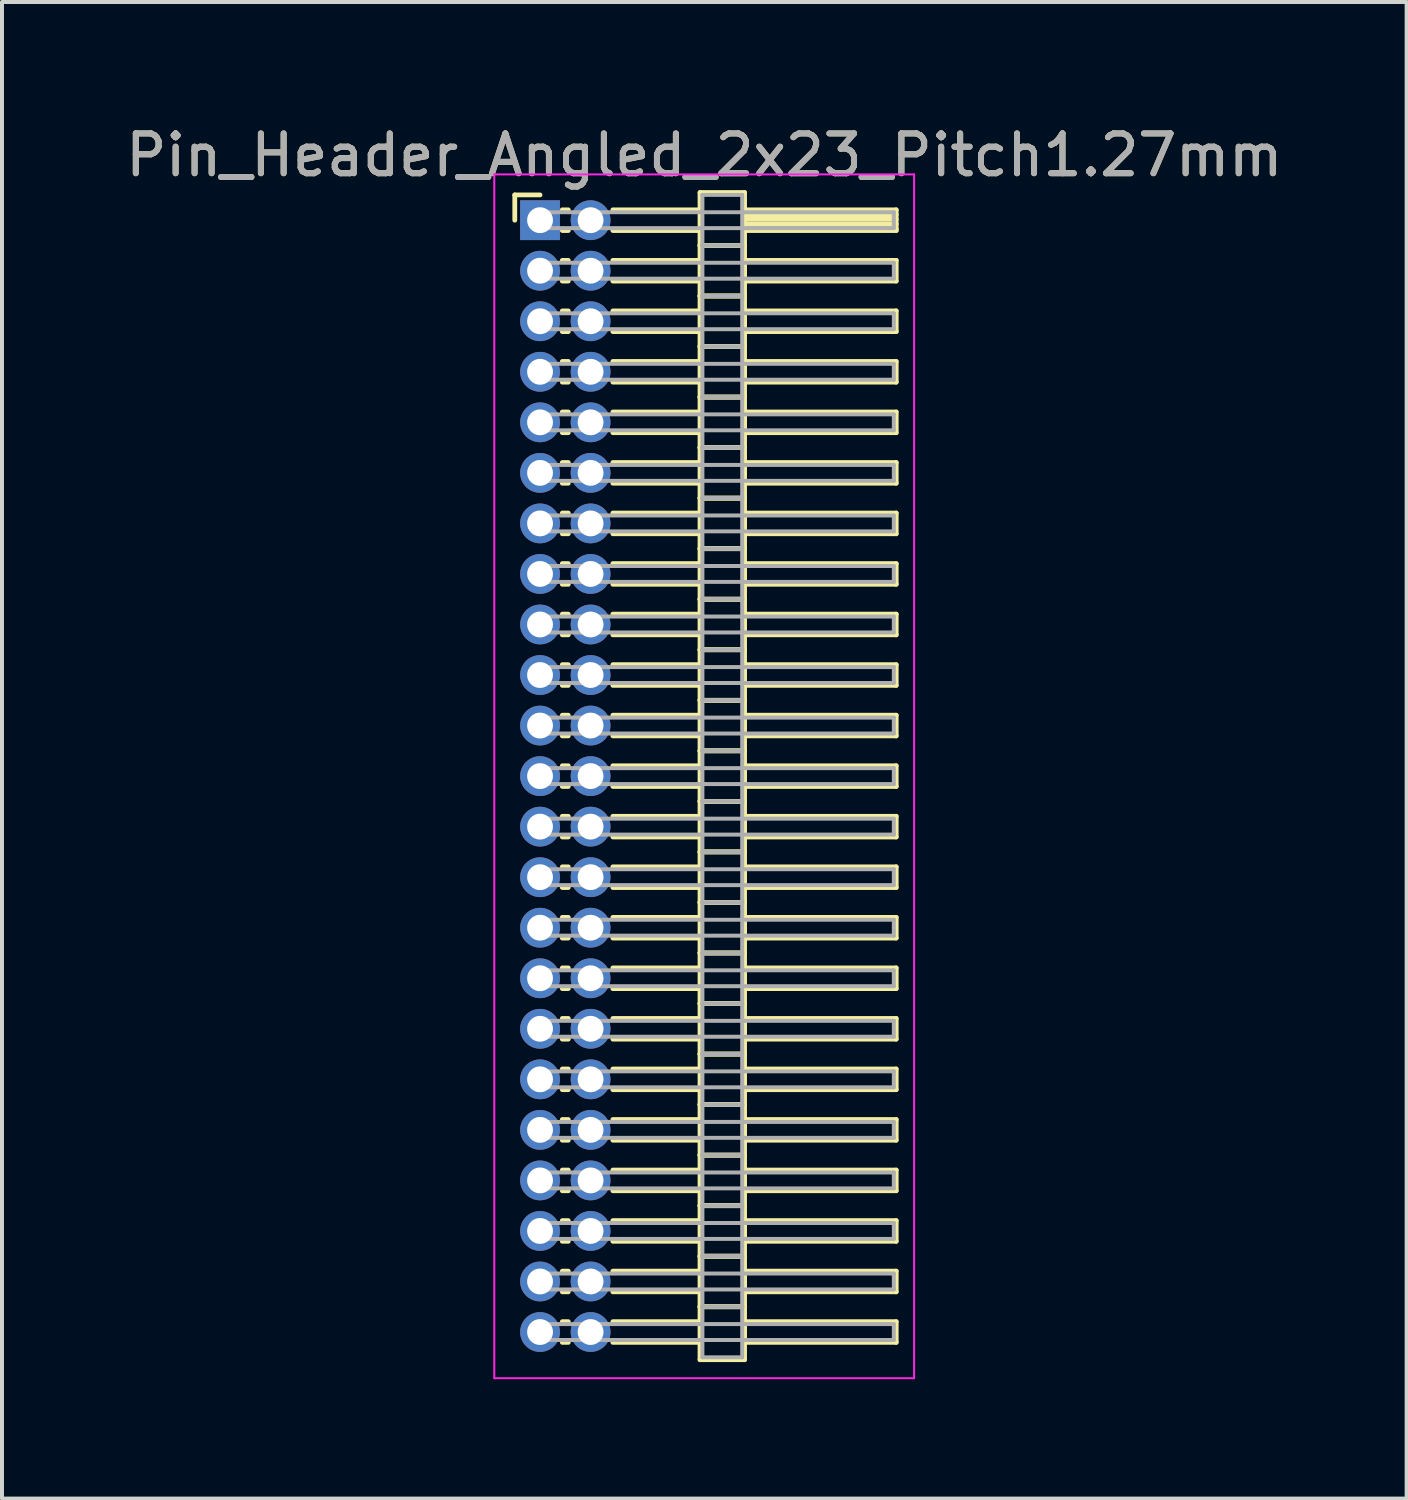
<source format=kicad_pcb>
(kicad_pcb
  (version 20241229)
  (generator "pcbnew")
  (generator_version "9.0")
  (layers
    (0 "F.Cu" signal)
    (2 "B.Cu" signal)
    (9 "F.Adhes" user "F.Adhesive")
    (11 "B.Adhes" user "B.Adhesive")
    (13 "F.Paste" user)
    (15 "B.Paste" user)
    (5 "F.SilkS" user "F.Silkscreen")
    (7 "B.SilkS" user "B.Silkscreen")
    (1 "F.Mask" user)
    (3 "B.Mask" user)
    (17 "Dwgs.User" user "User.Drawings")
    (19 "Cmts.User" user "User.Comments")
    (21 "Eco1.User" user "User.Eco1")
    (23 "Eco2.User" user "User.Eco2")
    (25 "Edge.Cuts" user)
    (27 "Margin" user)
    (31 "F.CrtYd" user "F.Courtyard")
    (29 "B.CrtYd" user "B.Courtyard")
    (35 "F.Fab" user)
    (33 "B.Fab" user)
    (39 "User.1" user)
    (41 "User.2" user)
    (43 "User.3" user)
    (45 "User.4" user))
  (footprint "Pin_Header_Angled_2x23_Pitch1.27mm"
    (layer "F.Cu")
    (at 10.521 2.483)
    (property "Reference" "Pin_Header_Angled_2x23_Pitch1.27mm" (at 4.128 -1.635 0) (layer "F.SilkS") (effects (font (size 1 1) (thickness 0.15))))
    (attr through_hole)
    (fp_line (start -0.635 -0.635) (end 0 -0.635) (stroke (width 0.12) (type solid)) (layer "F.SilkS"))
    (fp_line (start -0.635 0) (end -0.635 -0.635) (stroke (width 0.12) (type solid)) (layer "F.SilkS"))
    (fp_line (start 0.56 -0.26) (end 0.71 -0.26) (stroke (width 0.12) (type solid)) (layer "F.SilkS"))
    (fp_line (start 0.56 0.26) (end 0.71 0.26) (stroke (width 0.12) (type solid)) (layer "F.SilkS"))
    (fp_line (start 0.56 1.01) (end 0.71 1.01) (stroke (width 0.12) (type solid)) (layer "F.SilkS"))
    (fp_line (start 0.56 1.53) (end 0.71 1.53) (stroke (width 0.12) (type solid)) (layer "F.SilkS"))
    (fp_line (start 0.56 2.28) (end 0.71 2.28) (stroke (width 0.12) (type solid)) (layer "F.SilkS"))
    (fp_line (start 0.56 2.8) (end 0.71 2.8) (stroke (width 0.12) (type solid)) (layer "F.SilkS"))
    (fp_line (start 0.56 3.55) (end 0.71 3.55) (stroke (width 0.12) (type solid)) (layer "F.SilkS"))
    (fp_line (start 0.56 4.07) (end 0.71 4.07) (stroke (width 0.12) (type solid)) (layer "F.SilkS"))
    (fp_line (start 0.56 4.82) (end 0.71 4.82) (stroke (width 0.12) (type solid)) (layer "F.SilkS"))
    (fp_line (start 0.56 5.34) (end 0.71 5.34) (stroke (width 0.12) (type solid)) (layer "F.SilkS"))
    (fp_line (start 0.56 6.09) (end 0.71 6.09) (stroke (width 0.12) (type solid)) (layer "F.SilkS"))
    (fp_line (start 0.56 6.61) (end 0.71 6.61) (stroke (width 0.12) (type solid)) (layer "F.SilkS"))
    (fp_line (start 0.56 7.36) (end 0.71 7.36) (stroke (width 0.12) (type solid)) (layer "F.SilkS"))
    (fp_line (start 0.56 7.88) (end 0.71 7.88) (stroke (width 0.12) (type solid)) (layer "F.SilkS"))
    (fp_line (start 0.56 8.63) (end 0.71 8.63) (stroke (width 0.12) (type solid)) (layer "F.SilkS"))
    (fp_line (start 0.56 9.15) (end 0.71 9.15) (stroke (width 0.12) (type solid)) (layer "F.SilkS"))
    (fp_line (start 0.56 9.9) (end 0.71 9.9) (stroke (width 0.12) (type solid)) (layer "F.SilkS"))
    (fp_line (start 0.56 10.42) (end 0.71 10.42) (stroke (width 0.12) (type solid)) (layer "F.SilkS"))
    (fp_line (start 0.56 11.17) (end 0.71 11.17) (stroke (width 0.12) (type solid)) (layer "F.SilkS"))
    (fp_line (start 0.56 11.69) (end 0.71 11.69) (stroke (width 0.12) (type solid)) (layer "F.SilkS"))
    (fp_line (start 0.56 12.44) (end 0.71 12.44) (stroke (width 0.12) (type solid)) (layer "F.SilkS"))
    (fp_line (start 0.56 12.96) (end 0.71 12.96) (stroke (width 0.12) (type solid)) (layer "F.SilkS"))
    (fp_line (start 0.56 13.71) (end 0.71 13.71) (stroke (width 0.12) (type solid)) (layer "F.SilkS"))
    (fp_line (start 0.56 14.23) (end 0.71 14.23) (stroke (width 0.12) (type solid)) (layer "F.SilkS"))
    (fp_line (start 0.56 14.98) (end 0.71 14.98) (stroke (width 0.12) (type solid)) (layer "F.SilkS"))
    (fp_line (start 0.56 15.5) (end 0.71 15.5) (stroke (width 0.12) (type solid)) (layer "F.SilkS"))
    (fp_line (start 0.56 16.25) (end 0.71 16.25) (stroke (width 0.12) (type solid)) (layer "F.SilkS"))
    (fp_line (start 0.56 16.77) (end 0.71 16.77) (stroke (width 0.12) (type solid)) (layer "F.SilkS"))
    (fp_line (start 0.56 17.52) (end 0.71 17.52) (stroke (width 0.12) (type solid)) (layer "F.SilkS"))
    (fp_line (start 0.56 18.04) (end 0.71 18.04) (stroke (width 0.12) (type solid)) (layer "F.SilkS"))
    (fp_line (start 0.56 18.79) (end 0.71 18.79) (stroke (width 0.12) (type solid)) (layer "F.SilkS"))
    (fp_line (start 0.56 19.31) (end 0.71 19.31) (stroke (width 0.12) (type solid)) (layer "F.SilkS"))
    (fp_line (start 0.56 20.06) (end 0.71 20.06) (stroke (width 0.12) (type solid)) (layer "F.SilkS"))
    (fp_line (start 0.56 20.58) (end 0.71 20.58) (stroke (width 0.12) (type solid)) (layer "F.SilkS"))
    (fp_line (start 0.56 21.33) (end 0.71 21.33) (stroke (width 0.12) (type solid)) (layer "F.SilkS"))
    (fp_line (start 0.56 21.85) (end 0.71 21.85) (stroke (width 0.12) (type solid)) (layer "F.SilkS"))
    (fp_line (start 0.56 22.6) (end 0.71 22.6) (stroke (width 0.12) (type solid)) (layer "F.SilkS"))
    (fp_line (start 0.56 23.12) (end 0.71 23.12) (stroke (width 0.12) (type solid)) (layer "F.SilkS"))
    (fp_line (start 0.56 23.87) (end 0.71 23.87) (stroke (width 0.12) (type solid)) (layer "F.SilkS"))
    (fp_line (start 0.56 24.39) (end 0.71 24.39) (stroke (width 0.12) (type solid)) (layer "F.SilkS"))
    (fp_line (start 0.56 25.14) (end 0.71 25.14) (stroke (width 0.12) (type solid)) (layer "F.SilkS"))
    (fp_line (start 0.56 25.66) (end 0.71 25.66) (stroke (width 0.12) (type solid)) (layer "F.SilkS"))
    (fp_line (start 0.56 26.41) (end 0.71 26.41) (stroke (width 0.12) (type solid)) (layer "F.SilkS"))
    (fp_line (start 0.56 26.93) (end 0.71 26.93) (stroke (width 0.12) (type solid)) (layer "F.SilkS"))
    (fp_line (start 0.56 27.68) (end 0.71 27.68) (stroke (width 0.12) (type solid)) (layer "F.SilkS"))
    (fp_line (start 0.56 28.2) (end 0.71 28.2) (stroke (width 0.12) (type solid)) (layer "F.SilkS"))
    (fp_line (start 1.83 -0.26) (end 4.02 -0.26) (stroke (width 0.12) (type solid)) (layer "F.SilkS"))
    (fp_line (start 1.83 0.26) (end 4.02 0.26) (stroke (width 0.12) (type solid)) (layer "F.SilkS"))
    (fp_line (start 1.83 1.01) (end 4.02 1.01) (stroke (width 0.12) (type solid)) (layer "F.SilkS"))
    (fp_line (start 1.83 1.53) (end 4.02 1.53) (stroke (width 0.12) (type solid)) (layer "F.SilkS"))
    (fp_line (start 1.83 2.28) (end 4.02 2.28) (stroke (width 0.12) (type solid)) (layer "F.SilkS"))
    (fp_line (start 1.83 2.8) (end 4.02 2.8) (stroke (width 0.12) (type solid)) (layer "F.SilkS"))
    (fp_line (start 1.83 3.55) (end 4.02 3.55) (stroke (width 0.12) (type solid)) (layer "F.SilkS"))
    (fp_line (start 1.83 4.07) (end 4.02 4.07) (stroke (width 0.12) (type solid)) (layer "F.SilkS"))
    (fp_line (start 1.83 4.82) (end 4.02 4.82) (stroke (width 0.12) (type solid)) (layer "F.SilkS"))
    (fp_line (start 1.83 5.34) (end 4.02 5.34) (stroke (width 0.12) (type solid)) (layer "F.SilkS"))
    (fp_line (start 1.83 6.09) (end 4.02 6.09) (stroke (width 0.12) (type solid)) (layer "F.SilkS"))
    (fp_line (start 1.83 6.61) (end 4.02 6.61) (stroke (width 0.12) (type solid)) (layer "F.SilkS"))
    (fp_line (start 1.83 7.36) (end 4.02 7.36) (stroke (width 0.12) (type solid)) (layer "F.SilkS"))
    (fp_line (start 1.83 7.88) (end 4.02 7.88) (stroke (width 0.12) (type solid)) (layer "F.SilkS"))
    (fp_line (start 1.83 8.63) (end 4.02 8.63) (stroke (width 0.12) (type solid)) (layer "F.SilkS"))
    (fp_line (start 1.83 9.15) (end 4.02 9.15) (stroke (width 0.12) (type solid)) (layer "F.SilkS"))
    (fp_line (start 1.83 9.9) (end 4.02 9.9) (stroke (width 0.12) (type solid)) (layer "F.SilkS"))
    (fp_line (start 1.83 10.42) (end 4.02 10.42) (stroke (width 0.12) (type solid)) (layer "F.SilkS"))
    (fp_line (start 1.83 11.17) (end 4.02 11.17) (stroke (width 0.12) (type solid)) (layer "F.SilkS"))
    (fp_line (start 1.83 11.69) (end 4.02 11.69) (stroke (width 0.12) (type solid)) (layer "F.SilkS"))
    (fp_line (start 1.83 12.44) (end 4.02 12.44) (stroke (width 0.12) (type solid)) (layer "F.SilkS"))
    (fp_line (start 1.83 12.96) (end 4.02 12.96) (stroke (width 0.12) (type solid)) (layer "F.SilkS"))
    (fp_line (start 1.83 13.71) (end 4.02 13.71) (stroke (width 0.12) (type solid)) (layer "F.SilkS"))
    (fp_line (start 1.83 14.23) (end 4.02 14.23) (stroke (width 0.12) (type solid)) (layer "F.SilkS"))
    (fp_line (start 1.83 14.98) (end 4.02 14.98) (stroke (width 0.12) (type solid)) (layer "F.SilkS"))
    (fp_line (start 1.83 15.5) (end 4.02 15.5) (stroke (width 0.12) (type solid)) (layer "F.SilkS"))
    (fp_line (start 1.83 16.25) (end 4.02 16.25) (stroke (width 0.12) (type solid)) (layer "F.SilkS"))
    (fp_line (start 1.83 16.77) (end 4.02 16.77) (stroke (width 0.12) (type solid)) (layer "F.SilkS"))
    (fp_line (start 1.83 17.52) (end 4.02 17.52) (stroke (width 0.12) (type solid)) (layer "F.SilkS"))
    (fp_line (start 1.83 18.04) (end 4.02 18.04) (stroke (width 0.12) (type solid)) (layer "F.SilkS"))
    (fp_line (start 1.83 18.79) (end 4.02 18.79) (stroke (width 0.12) (type solid)) (layer "F.SilkS"))
    (fp_line (start 1.83 19.31) (end 4.02 19.31) (stroke (width 0.12) (type solid)) (layer "F.SilkS"))
    (fp_line (start 1.83 20.06) (end 4.02 20.06) (stroke (width 0.12) (type solid)) (layer "F.SilkS"))
    (fp_line (start 1.83 20.58) (end 4.02 20.58) (stroke (width 0.12) (type solid)) (layer "F.SilkS"))
    (fp_line (start 1.83 21.33) (end 4.02 21.33) (stroke (width 0.12) (type solid)) (layer "F.SilkS"))
    (fp_line (start 1.83 21.85) (end 4.02 21.85) (stroke (width 0.12) (type solid)) (layer "F.SilkS"))
    (fp_line (start 1.83 22.6) (end 4.02 22.6) (stroke (width 0.12) (type solid)) (layer "F.SilkS"))
    (fp_line (start 1.83 23.12) (end 4.02 23.12) (stroke (width 0.12) (type solid)) (layer "F.SilkS"))
    (fp_line (start 1.83 23.87) (end 4.02 23.87) (stroke (width 0.12) (type solid)) (layer "F.SilkS"))
    (fp_line (start 1.83 24.39) (end 4.02 24.39) (stroke (width 0.12) (type solid)) (layer "F.SilkS"))
    (fp_line (start 1.83 25.14) (end 4.02 25.14) (stroke (width 0.12) (type solid)) (layer "F.SilkS"))
    (fp_line (start 1.83 25.66) (end 4.02 25.66) (stroke (width 0.12) (type solid)) (layer "F.SilkS"))
    (fp_line (start 1.83 26.41) (end 4.02 26.41) (stroke (width 0.12) (type solid)) (layer "F.SilkS"))
    (fp_line (start 1.83 26.93) (end 4.02 26.93) (stroke (width 0.12) (type solid)) (layer "F.SilkS"))
    (fp_line (start 1.83 27.68) (end 4.02 27.68) (stroke (width 0.12) (type solid)) (layer "F.SilkS"))
    (fp_line (start 1.83 28.2) (end 4.02 28.2) (stroke (width 0.12) (type solid)) (layer "F.SilkS"))
    (fp_line (start 4.02 -0.695) (end 4.02 0.635) (stroke (width 0.12) (type solid)) (layer "F.SilkS"))
    (fp_line (start 4.02 0.635) (end 4.02 1.905) (stroke (width 0.12) (type solid)) (layer "F.SilkS"))
    (fp_line (start 4.02 0.635) (end 5.14 0.635) (stroke (width 0.12) (type solid)) (layer "F.SilkS"))
    (fp_line (start 4.02 1.905) (end 4.02 3.175) (stroke (width 0.12) (type solid)) (layer "F.SilkS"))
    (fp_line (start 4.02 1.905) (end 5.14 1.905) (stroke (width 0.12) (type solid)) (layer "F.SilkS"))
    (fp_line (start 4.02 3.175) (end 4.02 4.445) (stroke (width 0.12) (type solid)) (layer "F.SilkS"))
    (fp_line (start 4.02 3.175) (end 5.14 3.175) (stroke (width 0.12) (type solid)) (layer "F.SilkS"))
    (fp_line (start 4.02 4.445) (end 4.02 5.715) (stroke (width 0.12) (type solid)) (layer "F.SilkS"))
    (fp_line (start 4.02 4.445) (end 5.14 4.445) (stroke (width 0.12) (type solid)) (layer "F.SilkS"))
    (fp_line (start 4.02 5.715) (end 4.02 6.985) (stroke (width 0.12) (type solid)) (layer "F.SilkS"))
    (fp_line (start 4.02 5.715) (end 5.14 5.715) (stroke (width 0.12) (type solid)) (layer "F.SilkS"))
    (fp_line (start 4.02 6.985) (end 4.02 8.255) (stroke (width 0.12) (type solid)) (layer "F.SilkS"))
    (fp_line (start 4.02 6.985) (end 5.14 6.985) (stroke (width 0.12) (type solid)) (layer "F.SilkS"))
    (fp_line (start 4.02 8.255) (end 4.02 9.525) (stroke (width 0.12) (type solid)) (layer "F.SilkS"))
    (fp_line (start 4.02 8.255) (end 5.14 8.255) (stroke (width 0.12) (type solid)) (layer "F.SilkS"))
    (fp_line (start 4.02 9.525) (end 4.02 10.795) (stroke (width 0.12) (type solid)) (layer "F.SilkS"))
    (fp_line (start 4.02 9.525) (end 5.14 9.525) (stroke (width 0.12) (type solid)) (layer "F.SilkS"))
    (fp_line (start 4.02 10.795) (end 4.02 12.065) (stroke (width 0.12) (type solid)) (layer "F.SilkS"))
    (fp_line (start 4.02 10.795) (end 5.14 10.795) (stroke (width 0.12) (type solid)) (layer "F.SilkS"))
    (fp_line (start 4.02 12.065) (end 4.02 13.335) (stroke (width 0.12) (type solid)) (layer "F.SilkS"))
    (fp_line (start 4.02 12.065) (end 5.14 12.065) (stroke (width 0.12) (type solid)) (layer "F.SilkS"))
    (fp_line (start 4.02 13.335) (end 4.02 14.605) (stroke (width 0.12) (type solid)) (layer "F.SilkS"))
    (fp_line (start 4.02 13.335) (end 5.14 13.335) (stroke (width 0.12) (type solid)) (layer "F.SilkS"))
    (fp_line (start 4.02 14.605) (end 4.02 15.875) (stroke (width 0.12) (type solid)) (layer "F.SilkS"))
    (fp_line (start 4.02 14.605) (end 5.14 14.605) (stroke (width 0.12) (type solid)) (layer "F.SilkS"))
    (fp_line (start 4.02 15.875) (end 4.02 17.145) (stroke (width 0.12) (type solid)) (layer "F.SilkS"))
    (fp_line (start 4.02 15.875) (end 5.14 15.875) (stroke (width 0.12) (type solid)) (layer "F.SilkS"))
    (fp_line (start 4.02 17.145) (end 4.02 18.415) (stroke (width 0.12) (type solid)) (layer "F.SilkS"))
    (fp_line (start 4.02 17.145) (end 5.14 17.145) (stroke (width 0.12) (type solid)) (layer "F.SilkS"))
    (fp_line (start 4.02 18.415) (end 4.02 19.685) (stroke (width 0.12) (type solid)) (layer "F.SilkS"))
    (fp_line (start 4.02 18.415) (end 5.14 18.415) (stroke (width 0.12) (type solid)) (layer "F.SilkS"))
    (fp_line (start 4.02 19.685) (end 4.02 20.955) (stroke (width 0.12) (type solid)) (layer "F.SilkS"))
    (fp_line (start 4.02 19.685) (end 5.14 19.685) (stroke (width 0.12) (type solid)) (layer "F.SilkS"))
    (fp_line (start 4.02 20.955) (end 4.02 22.225) (stroke (width 0.12) (type solid)) (layer "F.SilkS"))
    (fp_line (start 4.02 20.955) (end 5.14 20.955) (stroke (width 0.12) (type solid)) (layer "F.SilkS"))
    (fp_line (start 4.02 22.225) (end 4.02 23.495) (stroke (width 0.12) (type solid)) (layer "F.SilkS"))
    (fp_line (start 4.02 22.225) (end 5.14 22.225) (stroke (width 0.12) (type solid)) (layer "F.SilkS"))
    (fp_line (start 4.02 23.495) (end 4.02 24.765) (stroke (width 0.12) (type solid)) (layer "F.SilkS"))
    (fp_line (start 4.02 23.495) (end 5.14 23.495) (stroke (width 0.12) (type solid)) (layer "F.SilkS"))
    (fp_line (start 4.02 24.765) (end 4.02 26.035) (stroke (width 0.12) (type solid)) (layer "F.SilkS"))
    (fp_line (start 4.02 24.765) (end 5.14 24.765) (stroke (width 0.12) (type solid)) (layer "F.SilkS"))
    (fp_line (start 4.02 26.035) (end 4.02 27.305) (stroke (width 0.12) (type solid)) (layer "F.SilkS"))
    (fp_line (start 4.02 26.035) (end 5.14 26.035) (stroke (width 0.12) (type solid)) (layer "F.SilkS"))
    (fp_line (start 4.02 27.305) (end 4.02 28.635) (stroke (width 0.12) (type solid)) (layer "F.SilkS"))
    (fp_line (start 4.02 27.305) (end 5.14 27.305) (stroke (width 0.12) (type solid)) (layer "F.SilkS"))
    (fp_line (start 4.02 28.635) (end 5.14 28.635) (stroke (width 0.12) (type solid)) (layer "F.SilkS"))
    (fp_line (start 5.14 -0.695) (end 4.02 -0.695) (stroke (width 0.12) (type solid)) (layer "F.SilkS"))
    (fp_line (start 5.14 -0.26) (end 5.14 0.26) (stroke (width 0.12) (type solid)) (layer "F.SilkS"))
    (fp_line (start 5.14 -0.14) (end 8.95 -0.14) (stroke (width 0.12) (type solid)) (layer "F.SilkS"))
    (fp_line (start 5.14 -0.02) (end 8.95 -0.02) (stroke (width 0.12) (type solid)) (layer "F.SilkS"))
    (fp_line (start 5.14 0.1) (end 8.95 0.1) (stroke (width 0.12) (type solid)) (layer "F.SilkS"))
    (fp_line (start 5.14 0.22) (end 8.95 0.22) (stroke (width 0.12) (type solid)) (layer "F.SilkS"))
    (fp_line (start 5.14 0.26) (end 8.95 0.26) (stroke (width 0.12) (type solid)) (layer "F.SilkS"))
    (fp_line (start 5.14 0.635) (end 4.02 0.635) (stroke (width 0.12) (type solid)) (layer "F.SilkS"))
    (fp_line (start 5.14 0.635) (end 5.14 -0.695) (stroke (width 0.12) (type solid)) (layer "F.SilkS"))
    (fp_line (start 5.14 1.01) (end 5.14 1.53) (stroke (width 0.12) (type solid)) (layer "F.SilkS"))
    (fp_line (start 5.14 1.53) (end 8.95 1.53) (stroke (width 0.12) (type solid)) (layer "F.SilkS"))
    (fp_line (start 5.14 1.905) (end 4.02 1.905) (stroke (width 0.12) (type solid)) (layer "F.SilkS"))
    (fp_line (start 5.14 1.905) (end 5.14 0.635) (stroke (width 0.12) (type solid)) (layer "F.SilkS"))
    (fp_line (start 5.14 2.28) (end 5.14 2.8) (stroke (width 0.12) (type solid)) (layer "F.SilkS"))
    (fp_line (start 5.14 2.8) (end 8.95 2.8) (stroke (width 0.12) (type solid)) (layer "F.SilkS"))
    (fp_line (start 5.14 3.175) (end 4.02 3.175) (stroke (width 0.12) (type solid)) (layer "F.SilkS"))
    (fp_line (start 5.14 3.175) (end 5.14 1.905) (stroke (width 0.12) (type solid)) (layer "F.SilkS"))
    (fp_line (start 5.14 3.55) (end 5.14 4.07) (stroke (width 0.12) (type solid)) (layer "F.SilkS"))
    (fp_line (start 5.14 4.07) (end 8.95 4.07) (stroke (width 0.12) (type solid)) (layer "F.SilkS"))
    (fp_line (start 5.14 4.445) (end 4.02 4.445) (stroke (width 0.12) (type solid)) (layer "F.SilkS"))
    (fp_line (start 5.14 4.445) (end 5.14 3.175) (stroke (width 0.12) (type solid)) (layer "F.SilkS"))
    (fp_line (start 5.14 4.82) (end 5.14 5.34) (stroke (width 0.12) (type solid)) (layer "F.SilkS"))
    (fp_line (start 5.14 5.34) (end 8.95 5.34) (stroke (width 0.12) (type solid)) (layer "F.SilkS"))
    (fp_line (start 5.14 5.715) (end 4.02 5.715) (stroke (width 0.12) (type solid)) (layer "F.SilkS"))
    (fp_line (start 5.14 5.715) (end 5.14 4.445) (stroke (width 0.12) (type solid)) (layer "F.SilkS"))
    (fp_line (start 5.14 6.09) (end 5.14 6.61) (stroke (width 0.12) (type solid)) (layer "F.SilkS"))
    (fp_line (start 5.14 6.61) (end 8.95 6.61) (stroke (width 0.12) (type solid)) (layer "F.SilkS"))
    (fp_line (start 5.14 6.985) (end 4.02 6.985) (stroke (width 0.12) (type solid)) (layer "F.SilkS"))
    (fp_line (start 5.14 6.985) (end 5.14 5.715) (stroke (width 0.12) (type solid)) (layer "F.SilkS"))
    (fp_line (start 5.14 7.36) (end 5.14 7.88) (stroke (width 0.12) (type solid)) (layer "F.SilkS"))
    (fp_line (start 5.14 7.88) (end 8.95 7.88) (stroke (width 0.12) (type solid)) (layer "F.SilkS"))
    (fp_line (start 5.14 8.255) (end 4.02 8.255) (stroke (width 0.12) (type solid)) (layer "F.SilkS"))
    (fp_line (start 5.14 8.255) (end 5.14 6.985) (stroke (width 0.12) (type solid)) (layer "F.SilkS"))
    (fp_line (start 5.14 8.63) (end 5.14 9.15) (stroke (width 0.12) (type solid)) (layer "F.SilkS"))
    (fp_line (start 5.14 9.15) (end 8.95 9.15) (stroke (width 0.12) (type solid)) (layer "F.SilkS"))
    (fp_line (start 5.14 9.525) (end 4.02 9.525) (stroke (width 0.12) (type solid)) (layer "F.SilkS"))
    (fp_line (start 5.14 9.525) (end 5.14 8.255) (stroke (width 0.12) (type solid)) (layer "F.SilkS"))
    (fp_line (start 5.14 9.9) (end 5.14 10.42) (stroke (width 0.12) (type solid)) (layer "F.SilkS"))
    (fp_line (start 5.14 10.42) (end 8.95 10.42) (stroke (width 0.12) (type solid)) (layer "F.SilkS"))
    (fp_line (start 5.14 10.795) (end 4.02 10.795) (stroke (width 0.12) (type solid)) (layer "F.SilkS"))
    (fp_line (start 5.14 10.795) (end 5.14 9.525) (stroke (width 0.12) (type solid)) (layer "F.SilkS"))
    (fp_line (start 5.14 11.17) (end 5.14 11.69) (stroke (width 0.12) (type solid)) (layer "F.SilkS"))
    (fp_line (start 5.14 11.69) (end 8.95 11.69) (stroke (width 0.12) (type solid)) (layer "F.SilkS"))
    (fp_line (start 5.14 12.065) (end 4.02 12.065) (stroke (width 0.12) (type solid)) (layer "F.SilkS"))
    (fp_line (start 5.14 12.065) (end 5.14 10.795) (stroke (width 0.12) (type solid)) (layer "F.SilkS"))
    (fp_line (start 5.14 12.44) (end 5.14 12.96) (stroke (width 0.12) (type solid)) (layer "F.SilkS"))
    (fp_line (start 5.14 12.96) (end 8.95 12.96) (stroke (width 0.12) (type solid)) (layer "F.SilkS"))
    (fp_line (start 5.14 13.335) (end 4.02 13.335) (stroke (width 0.12) (type solid)) (layer "F.SilkS"))
    (fp_line (start 5.14 13.335) (end 5.14 12.065) (stroke (width 0.12) (type solid)) (layer "F.SilkS"))
    (fp_line (start 5.14 13.71) (end 5.14 14.23) (stroke (width 0.12) (type solid)) (layer "F.SilkS"))
    (fp_line (start 5.14 14.23) (end 8.95 14.23) (stroke (width 0.12) (type solid)) (layer "F.SilkS"))
    (fp_line (start 5.14 14.605) (end 4.02 14.605) (stroke (width 0.12) (type solid)) (layer "F.SilkS"))
    (fp_line (start 5.14 14.605) (end 5.14 13.335) (stroke (width 0.12) (type solid)) (layer "F.SilkS"))
    (fp_line (start 5.14 14.98) (end 5.14 15.5) (stroke (width 0.12) (type solid)) (layer "F.SilkS"))
    (fp_line (start 5.14 15.5) (end 8.95 15.5) (stroke (width 0.12) (type solid)) (layer "F.SilkS"))
    (fp_line (start 5.14 15.875) (end 4.02 15.875) (stroke (width 0.12) (type solid)) (layer "F.SilkS"))
    (fp_line (start 5.14 15.875) (end 5.14 14.605) (stroke (width 0.12) (type solid)) (layer "F.SilkS"))
    (fp_line (start 5.14 16.25) (end 5.14 16.77) (stroke (width 0.12) (type solid)) (layer "F.SilkS"))
    (fp_line (start 5.14 16.77) (end 8.95 16.77) (stroke (width 0.12) (type solid)) (layer "F.SilkS"))
    (fp_line (start 5.14 17.145) (end 4.02 17.145) (stroke (width 0.12) (type solid)) (layer "F.SilkS"))
    (fp_line (start 5.14 17.145) (end 5.14 15.875) (stroke (width 0.12) (type solid)) (layer "F.SilkS"))
    (fp_line (start 5.14 17.52) (end 5.14 18.04) (stroke (width 0.12) (type solid)) (layer "F.SilkS"))
    (fp_line (start 5.14 18.04) (end 8.95 18.04) (stroke (width 0.12) (type solid)) (layer "F.SilkS"))
    (fp_line (start 5.14 18.415) (end 4.02 18.415) (stroke (width 0.12) (type solid)) (layer "F.SilkS"))
    (fp_line (start 5.14 18.415) (end 5.14 17.145) (stroke (width 0.12) (type solid)) (layer "F.SilkS"))
    (fp_line (start 5.14 18.79) (end 5.14 19.31) (stroke (width 0.12) (type solid)) (layer "F.SilkS"))
    (fp_line (start 5.14 19.31) (end 8.95 19.31) (stroke (width 0.12) (type solid)) (layer "F.SilkS"))
    (fp_line (start 5.14 19.685) (end 4.02 19.685) (stroke (width 0.12) (type solid)) (layer "F.SilkS"))
    (fp_line (start 5.14 19.685) (end 5.14 18.415) (stroke (width 0.12) (type solid)) (layer "F.SilkS"))
    (fp_line (start 5.14 20.06) (end 5.14 20.58) (stroke (width 0.12) (type solid)) (layer "F.SilkS"))
    (fp_line (start 5.14 20.58) (end 8.95 20.58) (stroke (width 0.12) (type solid)) (layer "F.SilkS"))
    (fp_line (start 5.14 20.955) (end 4.02 20.955) (stroke (width 0.12) (type solid)) (layer "F.SilkS"))
    (fp_line (start 5.14 20.955) (end 5.14 19.685) (stroke (width 0.12) (type solid)) (layer "F.SilkS"))
    (fp_line (start 5.14 21.33) (end 5.14 21.85) (stroke (width 0.12) (type solid)) (layer "F.SilkS"))
    (fp_line (start 5.14 21.85) (end 8.95 21.85) (stroke (width 0.12) (type solid)) (layer "F.SilkS"))
    (fp_line (start 5.14 22.225) (end 4.02 22.225) (stroke (width 0.12) (type solid)) (layer "F.SilkS"))
    (fp_line (start 5.14 22.225) (end 5.14 20.955) (stroke (width 0.12) (type solid)) (layer "F.SilkS"))
    (fp_line (start 5.14 22.6) (end 5.14 23.12) (stroke (width 0.12) (type solid)) (layer "F.SilkS"))
    (fp_line (start 5.14 23.12) (end 8.95 23.12) (stroke (width 0.12) (type solid)) (layer "F.SilkS"))
    (fp_line (start 5.14 23.495) (end 4.02 23.495) (stroke (width 0.12) (type solid)) (layer "F.SilkS"))
    (fp_line (start 5.14 23.495) (end 5.14 22.225) (stroke (width 0.12) (type solid)) (layer "F.SilkS"))
    (fp_line (start 5.14 23.87) (end 5.14 24.39) (stroke (width 0.12) (type solid)) (layer "F.SilkS"))
    (fp_line (start 5.14 24.39) (end 8.95 24.39) (stroke (width 0.12) (type solid)) (layer "F.SilkS"))
    (fp_line (start 5.14 24.765) (end 4.02 24.765) (stroke (width 0.12) (type solid)) (layer "F.SilkS"))
    (fp_line (start 5.14 24.765) (end 5.14 23.495) (stroke (width 0.12) (type solid)) (layer "F.SilkS"))
    (fp_line (start 5.14 25.14) (end 5.14 25.66) (stroke (width 0.12) (type solid)) (layer "F.SilkS"))
    (fp_line (start 5.14 25.66) (end 8.95 25.66) (stroke (width 0.12) (type solid)) (layer "F.SilkS"))
    (fp_line (start 5.14 26.035) (end 4.02 26.035) (stroke (width 0.12) (type solid)) (layer "F.SilkS"))
    (fp_line (start 5.14 26.035) (end 5.14 24.765) (stroke (width 0.12) (type solid)) (layer "F.SilkS"))
    (fp_line (start 5.14 26.41) (end 5.14 26.93) (stroke (width 0.12) (type solid)) (layer "F.SilkS"))
    (fp_line (start 5.14 26.93) (end 8.95 26.93) (stroke (width 0.12) (type solid)) (layer "F.SilkS"))
    (fp_line (start 5.14 27.305) (end 4.02 27.305) (stroke (width 0.12) (type solid)) (layer "F.SilkS"))
    (fp_line (start 5.14 27.305) (end 5.14 26.035) (stroke (width 0.12) (type solid)) (layer "F.SilkS"))
    (fp_line (start 5.14 27.68) (end 5.14 28.2) (stroke (width 0.12) (type solid)) (layer "F.SilkS"))
    (fp_line (start 5.14 28.2) (end 8.95 28.2) (stroke (width 0.12) (type solid)) (layer "F.SilkS"))
    (fp_line (start 5.14 28.635) (end 5.14 27.305) (stroke (width 0.12) (type solid)) (layer "F.SilkS"))
    (fp_line (start 8.95 -0.26) (end 5.14 -0.26) (stroke (width 0.12) (type solid)) (layer "F.SilkS"))
    (fp_line (start 8.95 0.26) (end 8.95 -0.26) (stroke (width 0.12) (type solid)) (layer "F.SilkS"))
    (fp_line (start 8.95 1.01) (end 5.14 1.01) (stroke (width 0.12) (type solid)) (layer "F.SilkS"))
    (fp_line (start 8.95 1.53) (end 8.95 1.01) (stroke (width 0.12) (type solid)) (layer "F.SilkS"))
    (fp_line (start 8.95 2.28) (end 5.14 2.28) (stroke (width 0.12) (type solid)) (layer "F.SilkS"))
    (fp_line (start 8.95 2.8) (end 8.95 2.28) (stroke (width 0.12) (type solid)) (layer "F.SilkS"))
    (fp_line (start 8.95 3.55) (end 5.14 3.55) (stroke (width 0.12) (type solid)) (layer "F.SilkS"))
    (fp_line (start 8.95 4.07) (end 8.95 3.55) (stroke (width 0.12) (type solid)) (layer "F.SilkS"))
    (fp_line (start 8.95 4.82) (end 5.14 4.82) (stroke (width 0.12) (type solid)) (layer "F.SilkS"))
    (fp_line (start 8.95 5.34) (end 8.95 4.82) (stroke (width 0.12) (type solid)) (layer "F.SilkS"))
    (fp_line (start 8.95 6.09) (end 5.14 6.09) (stroke (width 0.12) (type solid)) (layer "F.SilkS"))
    (fp_line (start 8.95 6.61) (end 8.95 6.09) (stroke (width 0.12) (type solid)) (layer "F.SilkS"))
    (fp_line (start 8.95 7.36) (end 5.14 7.36) (stroke (width 0.12) (type solid)) (layer "F.SilkS"))
    (fp_line (start 8.95 7.88) (end 8.95 7.36) (stroke (width 0.12) (type solid)) (layer "F.SilkS"))
    (fp_line (start 8.95 8.63) (end 5.14 8.63) (stroke (width 0.12) (type solid)) (layer "F.SilkS"))
    (fp_line (start 8.95 9.15) (end 8.95 8.63) (stroke (width 0.12) (type solid)) (layer "F.SilkS"))
    (fp_line (start 8.95 9.9) (end 5.14 9.9) (stroke (width 0.12) (type solid)) (layer "F.SilkS"))
    (fp_line (start 8.95 10.42) (end 8.95 9.9) (stroke (width 0.12) (type solid)) (layer "F.SilkS"))
    (fp_line (start 8.95 11.17) (end 5.14 11.17) (stroke (width 0.12) (type solid)) (layer "F.SilkS"))
    (fp_line (start 8.95 11.69) (end 8.95 11.17) (stroke (width 0.12) (type solid)) (layer "F.SilkS"))
    (fp_line (start 8.95 12.44) (end 5.14 12.44) (stroke (width 0.12) (type solid)) (layer "F.SilkS"))
    (fp_line (start 8.95 12.96) (end 8.95 12.44) (stroke (width 0.12) (type solid)) (layer "F.SilkS"))
    (fp_line (start 8.95 13.71) (end 5.14 13.71) (stroke (width 0.12) (type solid)) (layer "F.SilkS"))
    (fp_line (start 8.95 14.23) (end 8.95 13.71) (stroke (width 0.12) (type solid)) (layer "F.SilkS"))
    (fp_line (start 8.95 14.98) (end 5.14 14.98) (stroke (width 0.12) (type solid)) (layer "F.SilkS"))
    (fp_line (start 8.95 15.5) (end 8.95 14.98) (stroke (width 0.12) (type solid)) (layer "F.SilkS"))
    (fp_line (start 8.95 16.25) (end 5.14 16.25) (stroke (width 0.12) (type solid)) (layer "F.SilkS"))
    (fp_line (start 8.95 16.77) (end 8.95 16.25) (stroke (width 0.12) (type solid)) (layer "F.SilkS"))
    (fp_line (start 8.95 17.52) (end 5.14 17.52) (stroke (width 0.12) (type solid)) (layer "F.SilkS"))
    (fp_line (start 8.95 18.04) (end 8.95 17.52) (stroke (width 0.12) (type solid)) (layer "F.SilkS"))
    (fp_line (start 8.95 18.79) (end 5.14 18.79) (stroke (width 0.12) (type solid)) (layer "F.SilkS"))
    (fp_line (start 8.95 19.31) (end 8.95 18.79) (stroke (width 0.12) (type solid)) (layer "F.SilkS"))
    (fp_line (start 8.95 20.06) (end 5.14 20.06) (stroke (width 0.12) (type solid)) (layer "F.SilkS"))
    (fp_line (start 8.95 20.58) (end 8.95 20.06) (stroke (width 0.12) (type solid)) (layer "F.SilkS"))
    (fp_line (start 8.95 21.33) (end 5.14 21.33) (stroke (width 0.12) (type solid)) (layer "F.SilkS"))
    (fp_line (start 8.95 21.85) (end 8.95 21.33) (stroke (width 0.12) (type solid)) (layer "F.SilkS"))
    (fp_line (start 8.95 22.6) (end 5.14 22.6) (stroke (width 0.12) (type solid)) (layer "F.SilkS"))
    (fp_line (start 8.95 23.12) (end 8.95 22.6) (stroke (width 0.12) (type solid)) (layer "F.SilkS"))
    (fp_line (start 8.95 23.87) (end 5.14 23.87) (stroke (width 0.12) (type solid)) (layer "F.SilkS"))
    (fp_line (start 8.95 24.39) (end 8.95 23.87) (stroke (width 0.12) (type solid)) (layer "F.SilkS"))
    (fp_line (start 8.95 25.14) (end 5.14 25.14) (stroke (width 0.12) (type solid)) (layer "F.SilkS"))
    (fp_line (start 8.95 25.66) (end 8.95 25.14) (stroke (width 0.12) (type solid)) (layer "F.SilkS"))
    (fp_line (start 8.95 26.41) (end 5.14 26.41) (stroke (width 0.12) (type solid)) (layer "F.SilkS"))
    (fp_line (start 8.95 26.93) (end 8.95 26.41) (stroke (width 0.12) (type solid)) (layer "F.SilkS"))
    (fp_line (start 8.95 27.68) (end 5.14 27.68) (stroke (width 0.12) (type solid)) (layer "F.SilkS"))
    (fp_line (start 8.95 28.2) (end 8.95 27.68) (stroke (width 0.12) (type solid)) (layer "F.SilkS"))
    (fp_line (start -1.15 -1.15) (end -1.15 29.1) (stroke (width 0.05) (type solid)) (layer "F.CrtYd"))
    (fp_line (start -1.15 29.1) (end 9.4 29.1) (stroke (width 0.05) (type solid)) (layer "F.CrtYd"))
    (fp_line (start 9.4 -1.15) (end -1.15 -1.15) (stroke (width 0.05) (type solid)) (layer "F.CrtYd"))
    (fp_line (start 9.4 29.1) (end 9.4 -1.15) (stroke (width 0.05) (type solid)) (layer "F.CrtYd"))
    (fp_line (start 0 -0.2) (end 0 0.2) (stroke (width 0.1) (type solid)) (layer "F.Fab"))
    (fp_line (start 0 0.2) (end 8.89 0.2) (stroke (width 0.1) (type solid)) (layer "F.Fab"))
    (fp_line (start 0 1.07) (end 0 1.47) (stroke (width 0.1) (type solid)) (layer "F.Fab"))
    (fp_line (start 0 1.47) (end 8.89 1.47) (stroke (width 0.1) (type solid)) (layer "F.Fab"))
    (fp_line (start 0 2.34) (end 0 2.74) (stroke (width 0.1) (type solid)) (layer "F.Fab"))
    (fp_line (start 0 2.74) (end 8.89 2.74) (stroke (width 0.1) (type solid)) (layer "F.Fab"))
    (fp_line (start 0 3.61) (end 0 4.01) (stroke (width 0.1) (type solid)) (layer "F.Fab"))
    (fp_line (start 0 4.01) (end 8.89 4.01) (stroke (width 0.1) (type solid)) (layer "F.Fab"))
    (fp_line (start 0 4.88) (end 0 5.28) (stroke (width 0.1) (type solid)) (layer "F.Fab"))
    (fp_line (start 0 5.28) (end 8.89 5.28) (stroke (width 0.1) (type solid)) (layer "F.Fab"))
    (fp_line (start 0 6.15) (end 0 6.55) (stroke (width 0.1) (type solid)) (layer "F.Fab"))
    (fp_line (start 0 6.55) (end 8.89 6.55) (stroke (width 0.1) (type solid)) (layer "F.Fab"))
    (fp_line (start 0 7.42) (end 0 7.82) (stroke (width 0.1) (type solid)) (layer "F.Fab"))
    (fp_line (start 0 7.82) (end 8.89 7.82) (stroke (width 0.1) (type solid)) (layer "F.Fab"))
    (fp_line (start 0 8.69) (end 0 9.09) (stroke (width 0.1) (type solid)) (layer "F.Fab"))
    (fp_line (start 0 9.09) (end 8.89 9.09) (stroke (width 0.1) (type solid)) (layer "F.Fab"))
    (fp_line (start 0 9.96) (end 0 10.36) (stroke (width 0.1) (type solid)) (layer "F.Fab"))
    (fp_line (start 0 10.36) (end 8.89 10.36) (stroke (width 0.1) (type solid)) (layer "F.Fab"))
    (fp_line (start 0 11.23) (end 0 11.63) (stroke (width 0.1) (type solid)) (layer "F.Fab"))
    (fp_line (start 0 11.63) (end 8.89 11.63) (stroke (width 0.1) (type solid)) (layer "F.Fab"))
    (fp_line (start 0 12.5) (end 0 12.9) (stroke (width 0.1) (type solid)) (layer "F.Fab"))
    (fp_line (start 0 12.9) (end 8.89 12.9) (stroke (width 0.1) (type solid)) (layer "F.Fab"))
    (fp_line (start 0 13.77) (end 0 14.17) (stroke (width 0.1) (type solid)) (layer "F.Fab"))
    (fp_line (start 0 14.17) (end 8.89 14.17) (stroke (width 0.1) (type solid)) (layer "F.Fab"))
    (fp_line (start 0 15.04) (end 0 15.44) (stroke (width 0.1) (type solid)) (layer "F.Fab"))
    (fp_line (start 0 15.44) (end 8.89 15.44) (stroke (width 0.1) (type solid)) (layer "F.Fab"))
    (fp_line (start 0 16.31) (end 0 16.71) (stroke (width 0.1) (type solid)) (layer "F.Fab"))
    (fp_line (start 0 16.71) (end 8.89 16.71) (stroke (width 0.1) (type solid)) (layer "F.Fab"))
    (fp_line (start 0 17.58) (end 0 17.98) (stroke (width 0.1) (type solid)) (layer "F.Fab"))
    (fp_line (start 0 17.98) (end 8.89 17.98) (stroke (width 0.1) (type solid)) (layer "F.Fab"))
    (fp_line (start 0 18.85) (end 0 19.25) (stroke (width 0.1) (type solid)) (layer "F.Fab"))
    (fp_line (start 0 19.25) (end 8.89 19.25) (stroke (width 0.1) (type solid)) (layer "F.Fab"))
    (fp_line (start 0 20.12) (end 0 20.52) (stroke (width 0.1) (type solid)) (layer "F.Fab"))
    (fp_line (start 0 20.52) (end 8.89 20.52) (stroke (width 0.1) (type solid)) (layer "F.Fab"))
    (fp_line (start 0 21.39) (end 0 21.79) (stroke (width 0.1) (type solid)) (layer "F.Fab"))
    (fp_line (start 0 21.79) (end 8.89 21.79) (stroke (width 0.1) (type solid)) (layer "F.Fab"))
    (fp_line (start 0 22.66) (end 0 23.06) (stroke (width 0.1) (type solid)) (layer "F.Fab"))
    (fp_line (start 0 23.06) (end 8.89 23.06) (stroke (width 0.1) (type solid)) (layer "F.Fab"))
    (fp_line (start 0 23.93) (end 0 24.33) (stroke (width 0.1) (type solid)) (layer "F.Fab"))
    (fp_line (start 0 24.33) (end 8.89 24.33) (stroke (width 0.1) (type solid)) (layer "F.Fab"))
    (fp_line (start 0 25.2) (end 0 25.6) (stroke (width 0.1) (type solid)) (layer "F.Fab"))
    (fp_line (start 0 25.6) (end 8.89 25.6) (stroke (width 0.1) (type solid)) (layer "F.Fab"))
    (fp_line (start 0 26.47) (end 0 26.87) (stroke (width 0.1) (type solid)) (layer "F.Fab"))
    (fp_line (start 0 26.87) (end 8.89 26.87) (stroke (width 0.1) (type solid)) (layer "F.Fab"))
    (fp_line (start 0 27.74) (end 0 28.14) (stroke (width 0.1) (type solid)) (layer "F.Fab"))
    (fp_line (start 0 28.14) (end 8.89 28.14) (stroke (width 0.1) (type solid)) (layer "F.Fab"))
    (fp_line (start 4.08 -0.635) (end 4.08 0.635) (stroke (width 0.1) (type solid)) (layer "F.Fab"))
    (fp_line (start 4.08 0.635) (end 4.08 1.905) (stroke (width 0.1) (type solid)) (layer "F.Fab"))
    (fp_line (start 4.08 0.635) (end 5.08 0.635) (stroke (width 0.1) (type solid)) (layer "F.Fab"))
    (fp_line (start 4.08 1.905) (end 4.08 3.175) (stroke (width 0.1) (type solid)) (layer "F.Fab"))
    (fp_line (start 4.08 1.905) (end 5.08 1.905) (stroke (width 0.1) (type solid)) (layer "F.Fab"))
    (fp_line (start 4.08 3.175) (end 4.08 4.445) (stroke (width 0.1) (type solid)) (layer "F.Fab"))
    (fp_line (start 4.08 3.175) (end 5.08 3.175) (stroke (width 0.1) (type solid)) (layer "F.Fab"))
    (fp_line (start 4.08 4.445) (end 4.08 5.715) (stroke (width 0.1) (type solid)) (layer "F.Fab"))
    (fp_line (start 4.08 4.445) (end 5.08 4.445) (stroke (width 0.1) (type solid)) (layer "F.Fab"))
    (fp_line (start 4.08 5.715) (end 4.08 6.985) (stroke (width 0.1) (type solid)) (layer "F.Fab"))
    (fp_line (start 4.08 5.715) (end 5.08 5.715) (stroke (width 0.1) (type solid)) (layer "F.Fab"))
    (fp_line (start 4.08 6.985) (end 4.08 8.255) (stroke (width 0.1) (type solid)) (layer "F.Fab"))
    (fp_line (start 4.08 6.985) (end 5.08 6.985) (stroke (width 0.1) (type solid)) (layer "F.Fab"))
    (fp_line (start 4.08 8.255) (end 4.08 9.525) (stroke (width 0.1) (type solid)) (layer "F.Fab"))
    (fp_line (start 4.08 8.255) (end 5.08 8.255) (stroke (width 0.1) (type solid)) (layer "F.Fab"))
    (fp_line (start 4.08 9.525) (end 4.08 10.795) (stroke (width 0.1) (type solid)) (layer "F.Fab"))
    (fp_line (start 4.08 9.525) (end 5.08 9.525) (stroke (width 0.1) (type solid)) (layer "F.Fab"))
    (fp_line (start 4.08 10.795) (end 4.08 12.065) (stroke (width 0.1) (type solid)) (layer "F.Fab"))
    (fp_line (start 4.08 10.795) (end 5.08 10.795) (stroke (width 0.1) (type solid)) (layer "F.Fab"))
    (fp_line (start 4.08 12.065) (end 4.08 13.335) (stroke (width 0.1) (type solid)) (layer "F.Fab"))
    (fp_line (start 4.08 12.065) (end 5.08 12.065) (stroke (width 0.1) (type solid)) (layer "F.Fab"))
    (fp_line (start 4.08 13.335) (end 4.08 14.605) (stroke (width 0.1) (type solid)) (layer "F.Fab"))
    (fp_line (start 4.08 13.335) (end 5.08 13.335) (stroke (width 0.1) (type solid)) (layer "F.Fab"))
    (fp_line (start 4.08 14.605) (end 4.08 15.875) (stroke (width 0.1) (type solid)) (layer "F.Fab"))
    (fp_line (start 4.08 14.605) (end 5.08 14.605) (stroke (width 0.1) (type solid)) (layer "F.Fab"))
    (fp_line (start 4.08 15.875) (end 4.08 17.145) (stroke (width 0.1) (type solid)) (layer "F.Fab"))
    (fp_line (start 4.08 15.875) (end 5.08 15.875) (stroke (width 0.1) (type solid)) (layer "F.Fab"))
    (fp_line (start 4.08 17.145) (end 4.08 18.415) (stroke (width 0.1) (type solid)) (layer "F.Fab"))
    (fp_line (start 4.08 17.145) (end 5.08 17.145) (stroke (width 0.1) (type solid)) (layer "F.Fab"))
    (fp_line (start 4.08 18.415) (end 4.08 19.685) (stroke (width 0.1) (type solid)) (layer "F.Fab"))
    (fp_line (start 4.08 18.415) (end 5.08 18.415) (stroke (width 0.1) (type solid)) (layer "F.Fab"))
    (fp_line (start 4.08 19.685) (end 4.08 20.955) (stroke (width 0.1) (type solid)) (layer "F.Fab"))
    (fp_line (start 4.08 19.685) (end 5.08 19.685) (stroke (width 0.1) (type solid)) (layer "F.Fab"))
    (fp_line (start 4.08 20.955) (end 4.08 22.225) (stroke (width 0.1) (type solid)) (layer "F.Fab"))
    (fp_line (start 4.08 20.955) (end 5.08 20.955) (stroke (width 0.1) (type solid)) (layer "F.Fab"))
    (fp_line (start 4.08 22.225) (end 4.08 23.495) (stroke (width 0.1) (type solid)) (layer "F.Fab"))
    (fp_line (start 4.08 22.225) (end 5.08 22.225) (stroke (width 0.1) (type solid)) (layer "F.Fab"))
    (fp_line (start 4.08 23.495) (end 4.08 24.765) (stroke (width 0.1) (type solid)) (layer "F.Fab"))
    (fp_line (start 4.08 23.495) (end 5.08 23.495) (stroke (width 0.1) (type solid)) (layer "F.Fab"))
    (fp_line (start 4.08 24.765) (end 4.08 26.035) (stroke (width 0.1) (type solid)) (layer "F.Fab"))
    (fp_line (start 4.08 24.765) (end 5.08 24.765) (stroke (width 0.1) (type solid)) (layer "F.Fab"))
    (fp_line (start 4.08 26.035) (end 4.08 27.305) (stroke (width 0.1) (type solid)) (layer "F.Fab"))
    (fp_line (start 4.08 26.035) (end 5.08 26.035) (stroke (width 0.1) (type solid)) (layer "F.Fab"))
    (fp_line (start 4.08 27.305) (end 4.08 28.575) (stroke (width 0.1) (type solid)) (layer "F.Fab"))
    (fp_line (start 4.08 27.305) (end 5.08 27.305) (stroke (width 0.1) (type solid)) (layer "F.Fab"))
    (fp_line (start 4.08 28.575) (end 5.08 28.575) (stroke (width 0.1) (type solid)) (layer "F.Fab"))
    (fp_line (start 5.08 -0.635) (end 4.08 -0.635) (stroke (width 0.1) (type solid)) (layer "F.Fab"))
    (fp_line (start 5.08 0.635) (end 4.08 0.635) (stroke (width 0.1) (type solid)) (layer "F.Fab"))
    (fp_line (start 5.08 0.635) (end 5.08 -0.635) (stroke (width 0.1) (type solid)) (layer "F.Fab"))
    (fp_line (start 5.08 1.905) (end 4.08 1.905) (stroke (width 0.1) (type solid)) (layer "F.Fab"))
    (fp_line (start 5.08 1.905) (end 5.08 0.635) (stroke (width 0.1) (type solid)) (layer "F.Fab"))
    (fp_line (start 5.08 3.175) (end 4.08 3.175) (stroke (width 0.1) (type solid)) (layer "F.Fab"))
    (fp_line (start 5.08 3.175) (end 5.08 1.905) (stroke (width 0.1) (type solid)) (layer "F.Fab"))
    (fp_line (start 5.08 4.445) (end 4.08 4.445) (stroke (width 0.1) (type solid)) (layer "F.Fab"))
    (fp_line (start 5.08 4.445) (end 5.08 3.175) (stroke (width 0.1) (type solid)) (layer "F.Fab"))
    (fp_line (start 5.08 5.715) (end 4.08 5.715) (stroke (width 0.1) (type solid)) (layer "F.Fab"))
    (fp_line (start 5.08 5.715) (end 5.08 4.445) (stroke (width 0.1) (type solid)) (layer "F.Fab"))
    (fp_line (start 5.08 6.985) (end 4.08 6.985) (stroke (width 0.1) (type solid)) (layer "F.Fab"))
    (fp_line (start 5.08 6.985) (end 5.08 5.715) (stroke (width 0.1) (type solid)) (layer "F.Fab"))
    (fp_line (start 5.08 8.255) (end 4.08 8.255) (stroke (width 0.1) (type solid)) (layer "F.Fab"))
    (fp_line (start 5.08 8.255) (end 5.08 6.985) (stroke (width 0.1) (type solid)) (layer "F.Fab"))
    (fp_line (start 5.08 9.525) (end 4.08 9.525) (stroke (width 0.1) (type solid)) (layer "F.Fab"))
    (fp_line (start 5.08 9.525) (end 5.08 8.255) (stroke (width 0.1) (type solid)) (layer "F.Fab"))
    (fp_line (start 5.08 10.795) (end 4.08 10.795) (stroke (width 0.1) (type solid)) (layer "F.Fab"))
    (fp_line (start 5.08 10.795) (end 5.08 9.525) (stroke (width 0.1) (type solid)) (layer "F.Fab"))
    (fp_line (start 5.08 12.065) (end 4.08 12.065) (stroke (width 0.1) (type solid)) (layer "F.Fab"))
    (fp_line (start 5.08 12.065) (end 5.08 10.795) (stroke (width 0.1) (type solid)) (layer "F.Fab"))
    (fp_line (start 5.08 13.335) (end 4.08 13.335) (stroke (width 0.1) (type solid)) (layer "F.Fab"))
    (fp_line (start 5.08 13.335) (end 5.08 12.065) (stroke (width 0.1) (type solid)) (layer "F.Fab"))
    (fp_line (start 5.08 14.605) (end 4.08 14.605) (stroke (width 0.1) (type solid)) (layer "F.Fab"))
    (fp_line (start 5.08 14.605) (end 5.08 13.335) (stroke (width 0.1) (type solid)) (layer "F.Fab"))
    (fp_line (start 5.08 15.875) (end 4.08 15.875) (stroke (width 0.1) (type solid)) (layer "F.Fab"))
    (fp_line (start 5.08 15.875) (end 5.08 14.605) (stroke (width 0.1) (type solid)) (layer "F.Fab"))
    (fp_line (start 5.08 17.145) (end 4.08 17.145) (stroke (width 0.1) (type solid)) (layer "F.Fab"))
    (fp_line (start 5.08 17.145) (end 5.08 15.875) (stroke (width 0.1) (type solid)) (layer "F.Fab"))
    (fp_line (start 5.08 18.415) (end 4.08 18.415) (stroke (width 0.1) (type solid)) (layer "F.Fab"))
    (fp_line (start 5.08 18.415) (end 5.08 17.145) (stroke (width 0.1) (type solid)) (layer "F.Fab"))
    (fp_line (start 5.08 19.685) (end 4.08 19.685) (stroke (width 0.1) (type solid)) (layer "F.Fab"))
    (fp_line (start 5.08 19.685) (end 5.08 18.415) (stroke (width 0.1) (type solid)) (layer "F.Fab"))
    (fp_line (start 5.08 20.955) (end 4.08 20.955) (stroke (width 0.1) (type solid)) (layer "F.Fab"))
    (fp_line (start 5.08 20.955) (end 5.08 19.685) (stroke (width 0.1) (type solid)) (layer "F.Fab"))
    (fp_line (start 5.08 22.225) (end 4.08 22.225) (stroke (width 0.1) (type solid)) (layer "F.Fab"))
    (fp_line (start 5.08 22.225) (end 5.08 20.955) (stroke (width 0.1) (type solid)) (layer "F.Fab"))
    (fp_line (start 5.08 23.495) (end 4.08 23.495) (stroke (width 0.1) (type solid)) (layer "F.Fab"))
    (fp_line (start 5.08 23.495) (end 5.08 22.225) (stroke (width 0.1) (type solid)) (layer "F.Fab"))
    (fp_line (start 5.08 24.765) (end 4.08 24.765) (stroke (width 0.1) (type solid)) (layer "F.Fab"))
    (fp_line (start 5.08 24.765) (end 5.08 23.495) (stroke (width 0.1) (type solid)) (layer "F.Fab"))
    (fp_line (start 5.08 26.035) (end 4.08 26.035) (stroke (width 0.1) (type solid)) (layer "F.Fab"))
    (fp_line (start 5.08 26.035) (end 5.08 24.765) (stroke (width 0.1) (type solid)) (layer "F.Fab"))
    (fp_line (start 5.08 27.305) (end 4.08 27.305) (stroke (width 0.1) (type solid)) (layer "F.Fab"))
    (fp_line (start 5.08 27.305) (end 5.08 26.035) (stroke (width 0.1) (type solid)) (layer "F.Fab"))
    (fp_line (start 5.08 28.575) (end 5.08 27.305) (stroke (width 0.1) (type solid)) (layer "F.Fab"))
    (fp_line (start 8.89 -0.2) (end 0 -0.2) (stroke (width 0.1) (type solid)) (layer "F.Fab"))
    (fp_line (start 8.89 0.2) (end 8.89 -0.2) (stroke (width 0.1) (type solid)) (layer "F.Fab"))
    (fp_line (start 8.89 1.07) (end 0 1.07) (stroke (width 0.1) (type solid)) (layer "F.Fab"))
    (fp_line (start 8.89 1.47) (end 8.89 1.07) (stroke (width 0.1) (type solid)) (layer "F.Fab"))
    (fp_line (start 8.89 2.34) (end 0 2.34) (stroke (width 0.1) (type solid)) (layer "F.Fab"))
    (fp_line (start 8.89 2.74) (end 8.89 2.34) (stroke (width 0.1) (type solid)) (layer "F.Fab"))
    (fp_line (start 8.89 3.61) (end 0 3.61) (stroke (width 0.1) (type solid)) (layer "F.Fab"))
    (fp_line (start 8.89 4.01) (end 8.89 3.61) (stroke (width 0.1) (type solid)) (layer "F.Fab"))
    (fp_line (start 8.89 4.88) (end 0 4.88) (stroke (width 0.1) (type solid)) (layer "F.Fab"))
    (fp_line (start 8.89 5.28) (end 8.89 4.88) (stroke (width 0.1) (type solid)) (layer "F.Fab"))
    (fp_line (start 8.89 6.15) (end 0 6.15) (stroke (width 0.1) (type solid)) (layer "F.Fab"))
    (fp_line (start 8.89 6.55) (end 8.89 6.15) (stroke (width 0.1) (type solid)) (layer "F.Fab"))
    (fp_line (start 8.89 7.42) (end 0 7.42) (stroke (width 0.1) (type solid)) (layer "F.Fab"))
    (fp_line (start 8.89 7.82) (end 8.89 7.42) (stroke (width 0.1) (type solid)) (layer "F.Fab"))
    (fp_line (start 8.89 8.69) (end 0 8.69) (stroke (width 0.1) (type solid)) (layer "F.Fab"))
    (fp_line (start 8.89 9.09) (end 8.89 8.69) (stroke (width 0.1) (type solid)) (layer "F.Fab"))
    (fp_line (start 8.89 9.96) (end 0 9.96) (stroke (width 0.1) (type solid)) (layer "F.Fab"))
    (fp_line (start 8.89 10.36) (end 8.89 9.96) (stroke (width 0.1) (type solid)) (layer "F.Fab"))
    (fp_line (start 8.89 11.23) (end 0 11.23) (stroke (width 0.1) (type solid)) (layer "F.Fab"))
    (fp_line (start 8.89 11.63) (end 8.89 11.23) (stroke (width 0.1) (type solid)) (layer "F.Fab"))
    (fp_line (start 8.89 12.5) (end 0 12.5) (stroke (width 0.1) (type solid)) (layer "F.Fab"))
    (fp_line (start 8.89 12.9) (end 8.89 12.5) (stroke (width 0.1) (type solid)) (layer "F.Fab"))
    (fp_line (start 8.89 13.77) (end 0 13.77) (stroke (width 0.1) (type solid)) (layer "F.Fab"))
    (fp_line (start 8.89 14.17) (end 8.89 13.77) (stroke (width 0.1) (type solid)) (layer "F.Fab"))
    (fp_line (start 8.89 15.04) (end 0 15.04) (stroke (width 0.1) (type solid)) (layer "F.Fab"))
    (fp_line (start 8.89 15.44) (end 8.89 15.04) (stroke (width 0.1) (type solid)) (layer "F.Fab"))
    (fp_line (start 8.89 16.31) (end 0 16.31) (stroke (width 0.1) (type solid)) (layer "F.Fab"))
    (fp_line (start 8.89 16.71) (end 8.89 16.31) (stroke (width 0.1) (type solid)) (layer "F.Fab"))
    (fp_line (start 8.89 17.58) (end 0 17.58) (stroke (width 0.1) (type solid)) (layer "F.Fab"))
    (fp_line (start 8.89 17.98) (end 8.89 17.58) (stroke (width 0.1) (type solid)) (layer "F.Fab"))
    (fp_line (start 8.89 18.85) (end 0 18.85) (stroke (width 0.1) (type solid)) (layer "F.Fab"))
    (fp_line (start 8.89 19.25) (end 8.89 18.85) (stroke (width 0.1) (type solid)) (layer "F.Fab"))
    (fp_line (start 8.89 20.12) (end 0 20.12) (stroke (width 0.1) (type solid)) (layer "F.Fab"))
    (fp_line (start 8.89 20.52) (end 8.89 20.12) (stroke (width 0.1) (type solid)) (layer "F.Fab"))
    (fp_line (start 8.89 21.39) (end 0 21.39) (stroke (width 0.1) (type solid)) (layer "F.Fab"))
    (fp_line (start 8.89 21.79) (end 8.89 21.39) (stroke (width 0.1) (type solid)) (layer "F.Fab"))
    (fp_line (start 8.89 22.66) (end 0 22.66) (stroke (width 0.1) (type solid)) (layer "F.Fab"))
    (fp_line (start 8.89 23.06) (end 8.89 22.66) (stroke (width 0.1) (type solid)) (layer "F.Fab"))
    (fp_line (start 8.89 23.93) (end 0 23.93) (stroke (width 0.1) (type solid)) (layer "F.Fab"))
    (fp_line (start 8.89 24.33) (end 8.89 23.93) (stroke (width 0.1) (type solid)) (layer "F.Fab"))
    (fp_line (start 8.89 25.2) (end 0 25.2) (stroke (width 0.1) (type solid)) (layer "F.Fab"))
    (fp_line (start 8.89 25.6) (end 8.89 25.2) (stroke (width 0.1) (type solid)) (layer "F.Fab"))
    (fp_line (start 8.89 26.47) (end 0 26.47) (stroke (width 0.1) (type solid)) (layer "F.Fab"))
    (fp_line (start 8.89 26.87) (end 8.89 26.47) (stroke (width 0.1) (type solid)) (layer "F.Fab"))
    (fp_line (start 8.89 27.74) (end 0 27.74) (stroke (width 0.1) (type solid)) (layer "F.Fab"))
    (fp_line (start 8.89 28.14) (end 8.89 27.74) (stroke (width 0.1) (type solid)) (layer "F.Fab"))
    (fp_text user "${REFERENCE}" (at 4.128 -1.635 0) (layer "F.Fab") (effects (font (size 1 1) (thickness 0.15))))
    (pad "1" thru_hole rect (at 0 0) (size 1 1) (drill 0.65) (layers "*.Cu" "*.Mask"))
    (pad "2" thru_hole oval (at 1.27 0) (size 1 1) (drill 0.65) (layers "*.Cu" "*.Mask"))
    (pad "3" thru_hole oval (at 0 1.27) (size 1 1) (drill 0.65) (layers "*.Cu" "*.Mask"))
    (pad "4" thru_hole oval (at 1.27 1.27) (size 1 1) (drill 0.65) (layers "*.Cu" "*.Mask"))
    (pad "5" thru_hole oval (at 0 2.54) (size 1 1) (drill 0.65) (layers "*.Cu" "*.Mask"))
    (pad "6" thru_hole oval (at 1.27 2.54) (size 1 1) (drill 0.65) (layers "*.Cu" "*.Mask"))
    (pad "7" thru_hole oval (at 0 3.81) (size 1 1) (drill 0.65) (layers "*.Cu" "*.Mask"))
    (pad "8" thru_hole oval (at 1.27 3.81) (size 1 1) (drill 0.65) (layers "*.Cu" "*.Mask"))
    (pad "9" thru_hole oval (at 0 5.08) (size 1 1) (drill 0.65) (layers "*.Cu" "*.Mask"))
    (pad "10" thru_hole oval (at 1.27 5.08) (size 1 1) (drill 0.65) (layers "*.Cu" "*.Mask"))
    (pad "11" thru_hole oval (at 0 6.35) (size 1 1) (drill 0.65) (layers "*.Cu" "*.Mask"))
    (pad "12" thru_hole oval (at 1.27 6.35) (size 1 1) (drill 0.65) (layers "*.Cu" "*.Mask"))
    (pad "13" thru_hole oval (at 0 7.62) (size 1 1) (drill 0.65) (layers "*.Cu" "*.Mask"))
    (pad "14" thru_hole oval (at 1.27 7.62) (size 1 1) (drill 0.65) (layers "*.Cu" "*.Mask"))
    (pad "15" thru_hole oval (at 0 8.89) (size 1 1) (drill 0.65) (layers "*.Cu" "*.Mask"))
    (pad "16" thru_hole oval (at 1.27 8.89) (size 1 1) (drill 0.65) (layers "*.Cu" "*.Mask"))
    (pad "17" thru_hole oval (at 0 10.16) (size 1 1) (drill 0.65) (layers "*.Cu" "*.Mask"))
    (pad "18" thru_hole oval (at 1.27 10.16) (size 1 1) (drill 0.65) (layers "*.Cu" "*.Mask"))
    (pad "19" thru_hole oval (at 0 11.43) (size 1 1) (drill 0.65) (layers "*.Cu" "*.Mask"))
    (pad "20" thru_hole oval (at 1.27 11.43) (size 1 1) (drill 0.65) (layers "*.Cu" "*.Mask"))
    (pad "21" thru_hole oval (at 0 12.7) (size 1 1) (drill 0.65) (layers "*.Cu" "*.Mask"))
    (pad "22" thru_hole oval (at 1.27 12.7) (size 1 1) (drill 0.65) (layers "*.Cu" "*.Mask"))
    (pad "23" thru_hole oval (at 0 13.97) (size 1 1) (drill 0.65) (layers "*.Cu" "*.Mask"))
    (pad "24" thru_hole oval (at 1.27 13.97) (size 1 1) (drill 0.65) (layers "*.Cu" "*.Mask"))
    (pad "25" thru_hole oval (at 0 15.24) (size 1 1) (drill 0.65) (layers "*.Cu" "*.Mask"))
    (pad "26" thru_hole oval (at 1.27 15.24) (size 1 1) (drill 0.65) (layers "*.Cu" "*.Mask"))
    (pad "27" thru_hole oval (at 0 16.51) (size 1 1) (drill 0.65) (layers "*.Cu" "*.Mask"))
    (pad "28" thru_hole oval (at 1.27 16.51) (size 1 1) (drill 0.65) (layers "*.Cu" "*.Mask"))
    (pad "29" thru_hole oval (at 0 17.78) (size 1 1) (drill 0.65) (layers "*.Cu" "*.Mask"))
    (pad "30" thru_hole oval (at 1.27 17.78) (size 1 1) (drill 0.65) (layers "*.Cu" "*.Mask"))
    (pad "31" thru_hole oval (at 0 19.05) (size 1 1) (drill 0.65) (layers "*.Cu" "*.Mask"))
    (pad "32" thru_hole oval (at 1.27 19.05) (size 1 1) (drill 0.65) (layers "*.Cu" "*.Mask"))
    (pad "33" thru_hole oval (at 0 20.32) (size 1 1) (drill 0.65) (layers "*.Cu" "*.Mask"))
    (pad "34" thru_hole oval (at 1.27 20.32) (size 1 1) (drill 0.65) (layers "*.Cu" "*.Mask"))
    (pad "35" thru_hole oval (at 0 21.59) (size 1 1) (drill 0.65) (layers "*.Cu" "*.Mask"))
    (pad "36" thru_hole oval (at 1.27 21.59) (size 1 1) (drill 0.65) (layers "*.Cu" "*.Mask"))
    (pad "37" thru_hole oval (at 0 22.86) (size 1 1) (drill 0.65) (layers "*.Cu" "*.Mask"))
    (pad "38" thru_hole oval (at 1.27 22.86) (size 1 1) (drill 0.65) (layers "*.Cu" "*.Mask"))
    (pad "39" thru_hole oval (at 0 24.13) (size 1 1) (drill 0.65) (layers "*.Cu" "*.Mask"))
    (pad "40" thru_hole oval (at 1.27 24.13) (size 1 1) (drill 0.65) (layers "*.Cu" "*.Mask"))
    (pad "41" thru_hole oval (at 0 25.4) (size 1 1) (drill 0.65) (layers "*.Cu" "*.Mask"))
    (pad "42" thru_hole oval (at 1.27 25.4) (size 1 1) (drill 0.65) (layers "*.Cu" "*.Mask"))
    (pad "43" thru_hole oval (at 0 26.67) (size 1 1) (drill 0.65) (layers "*.Cu" "*.Mask"))
    (pad "44" thru_hole oval (at 1.27 26.67) (size 1 1) (drill 0.65) (layers "*.Cu" "*.Mask"))
    (pad "45" thru_hole oval (at 0 27.94) (size 1 1) (drill 0.65) (layers "*.Cu" "*.Mask"))
    (pad "46" thru_hole oval (at 1.27 27.94) (size 1 1) (drill 0.65) (layers "*.Cu" "*.Mask")))
  (gr_rect
    (start -3 -3)
    (end 32.298 34.608)
    (stroke (width 0.1) (type default))
    (fill no)
    (layer "Edge.Cuts")))
</source>
